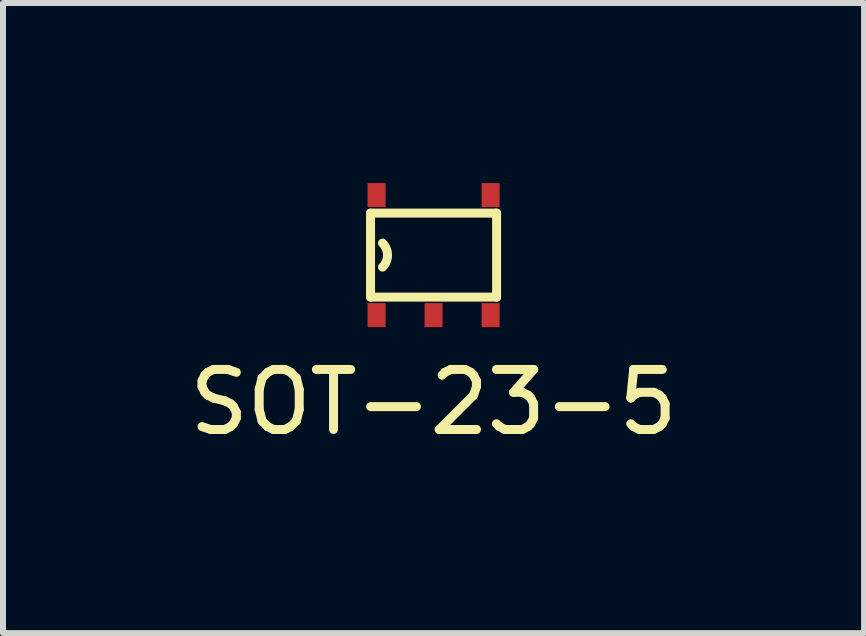
<source format=kicad_pcb>
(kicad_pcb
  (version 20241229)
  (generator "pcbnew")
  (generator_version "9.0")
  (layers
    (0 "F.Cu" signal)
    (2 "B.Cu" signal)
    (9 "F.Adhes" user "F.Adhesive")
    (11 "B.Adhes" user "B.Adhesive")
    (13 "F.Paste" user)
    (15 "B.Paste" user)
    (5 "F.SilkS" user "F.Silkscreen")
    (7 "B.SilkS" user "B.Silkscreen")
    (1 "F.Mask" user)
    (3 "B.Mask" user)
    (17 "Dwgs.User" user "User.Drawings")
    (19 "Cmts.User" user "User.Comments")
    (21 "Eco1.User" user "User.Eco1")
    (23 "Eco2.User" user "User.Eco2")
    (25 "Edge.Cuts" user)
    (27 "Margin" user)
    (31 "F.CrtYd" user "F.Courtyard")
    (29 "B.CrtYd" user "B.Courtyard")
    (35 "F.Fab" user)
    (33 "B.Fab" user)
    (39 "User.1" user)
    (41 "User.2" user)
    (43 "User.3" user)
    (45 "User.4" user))
  (footprint "SOT-23-5"
    (layer "F.Cu")
    (at 4.173 1.2)
    (property "Reference" "SOT-23-5" (at 0 2.45 0) (layer "F.SilkS") (effects (font (size 1 1) (thickness 0.15))))
    (attr through_hole)
    (fp_line (start -1.05 -0.7) (end 1.05 -0.7) (stroke (width 0.15) (type solid)) (layer "F.SilkS"))
    (fp_line (start -1.05 0.7) (end -1.05 -0.7) (stroke (width 0.15) (type solid)) (layer "F.SilkS"))
    (fp_line (start 1.05 -0.7) (end 1.05 0.7) (stroke (width 0.15) (type solid)) (layer "F.SilkS"))
    (fp_line (start 1.05 0.7) (end -1.05 0.7) (stroke (width 0.15) (type solid)) (layer "F.SilkS"))
    (fp_arc (start -0.85 -0.2) (mid -0.767157 0) (end -0.85 0.2) (stroke (width 0.15) (type solid)) (layer "F.SilkS"))
    (pad "1" smd rect (at -0.95 1) (size 0.3 0.4) (layers "F.Cu" "F.Mask" "F.Paste"))
    (pad "2" smd rect (at 0 1) (size 0.3 0.4) (layers "F.Cu" "F.Mask" "F.Paste"))
    (pad "3" smd rect (at 0.95 1) (size 0.3 0.4) (layers "F.Cu" "F.Mask" "F.Paste"))
    (pad "4" smd rect (at 0.95 -1) (size 0.3 0.4) (layers "F.Cu" "F.Mask" "F.Paste"))
    (pad "5" smd rect (at -0.95 -1) (size 0.3 0.4) (layers "F.Cu" "F.Mask" "F.Paste")))
  (gr_rect
    (start -3 -3)
    (end 11.345 7.498)
    (stroke (width 0.1) (type default))
    (fill no)
    (layer "Edge.Cuts")))
</source>
